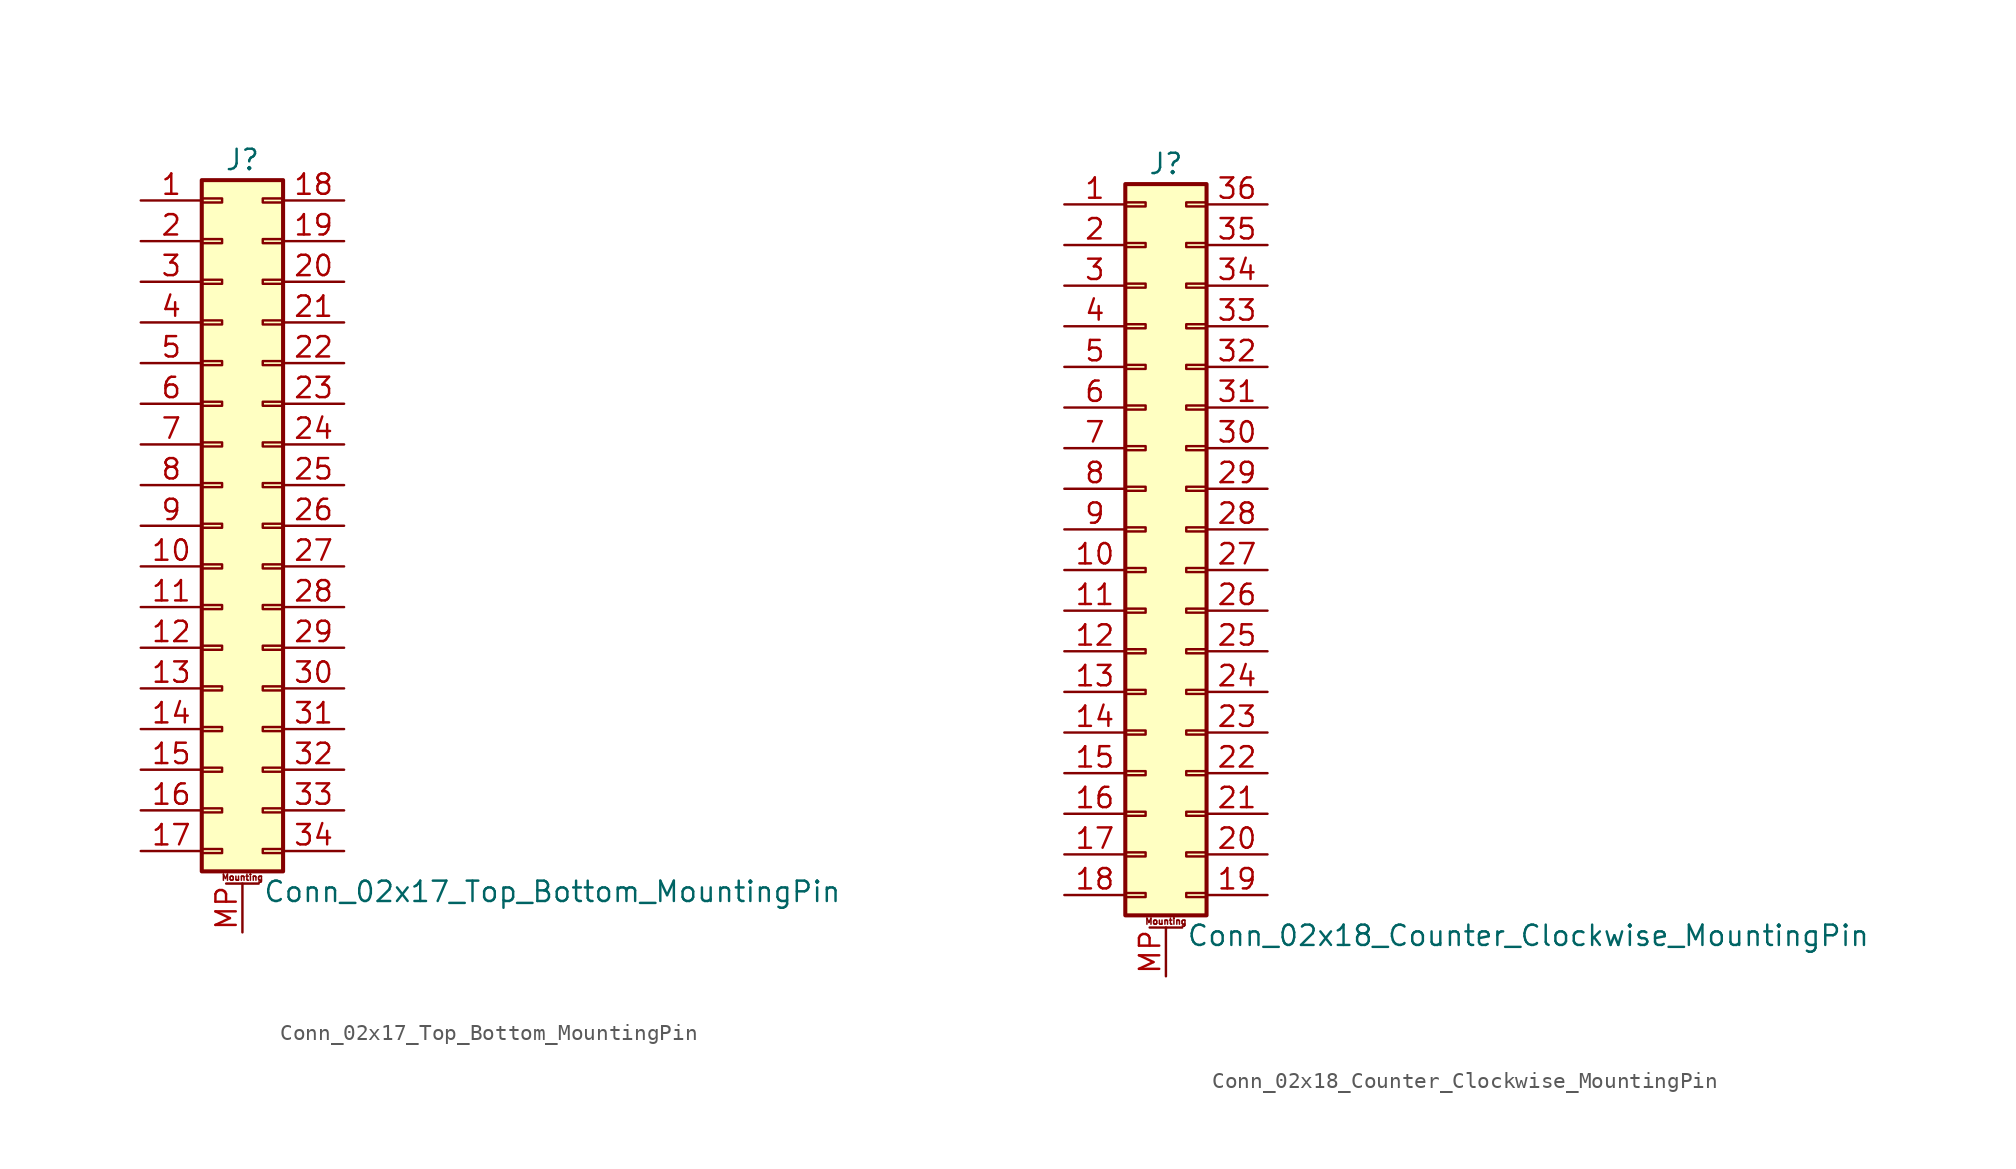
<source format=kicad_sym>
(kicad_symbol_lib
  (version 20201005)
  (generator kicad_symbol_editor)
  (symbol "Connector_Generic_MountingPin:Conn_02x17_Top_Bottom_MountingPin"
    (pin_names
      (offset 1.016) hide)
    (property "Reference" "J"
      (at 1.27 22.86 0)
      (effects (font (size 1.27 1.27))))
    (property "Value" "Conn_02x17_Top_Bottom_MountingPin"
      (at 2.54 -22.86 0)
      (effects (font (size 1.27 1.27)) (justify left)))
    (symbol "Conn_02x17_Top_Bottom_MountingPin_1_1"
      (text "Mounting" (at 1.27 -21.971 0) (effects (font (size 0.381 0.381))))
      (rectangle (start -1.27 -4.953) (end 0 -5.207) (stroke (width 0.152)) (fill (type none)))
      (rectangle (start -1.27 -7.493) (end 0 -7.747) (stroke (width 0.152)) (fill (type none)))
      (rectangle (start -1.27 -10.033) (end 0 -10.287) (stroke (width 0.152)) (fill (type none)))
      (rectangle (start -1.27 -12.573) (end 0 -12.827) (stroke (width 0.152)) (fill (type none)))
      (rectangle (start -1.27 -15.113) (end 0 -15.367) (stroke (width 0.152)) (fill (type none)))
      (rectangle (start -1.27 -17.653) (end 0 -17.907) (stroke (width 0.152)) (fill (type none)))
      (rectangle (start -1.27 -20.193) (end 0 -20.447) (stroke (width 0.152)) (fill (type none)))
      (rectangle (start -1.27 -2.413) (end 0 -2.667) (stroke (width 0.152)) (fill (type none)))
      (rectangle (start -1.27 2.667) (end 0 2.413) (stroke (width 0.152)) (fill (type none)))
      (rectangle (start -1.27 5.207) (end 0 4.953) (stroke (width 0.152)) (fill (type none)))
      (rectangle (start -1.27 7.747) (end 0 7.493) (stroke (width 0.152)) (fill (type none)))
      (rectangle (start -1.27 10.287) (end 0 10.033) (stroke (width 0.152)) (fill (type none)))
      (rectangle (start -1.27 0.127) (end 0 -0.127) (stroke (width 0.152)) (fill (type none)))
      (rectangle (start -1.27 12.827) (end 0 12.573) (stroke (width 0.152)) (fill (type none)))
      (rectangle (start -1.27 15.367) (end 0 15.113) (stroke (width 0.152)) (fill (type none)))
      (rectangle (start -1.27 17.907) (end 0 17.653) (stroke (width 0.152)) (fill (type none)))
      (rectangle (start -1.27 20.447) (end 0 20.193) (stroke (width 0.152)) (fill (type none)))
      (rectangle (start -1.27 21.59) (end 3.81 -21.59) (stroke (width 0.254)) (fill (type background)))
      (rectangle (start 3.81 -4.953) (end 2.54 -5.207) (stroke (width 0.152)) (fill (type none)))
      (rectangle (start 3.81 -7.493) (end 2.54 -7.747) (stroke (width 0.152)) (fill (type none)))
      (rectangle (start 3.81 -10.033) (end 2.54 -10.287) (stroke (width 0.152)) (fill (type none)))
      (rectangle (start 3.81 -12.573) (end 2.54 -12.827) (stroke (width 0.152)) (fill (type none)))
      (rectangle (start 3.81 -15.113) (end 2.54 -15.367) (stroke (width 0.152)) (fill (type none)))
      (rectangle (start 3.81 -17.653) (end 2.54 -17.907) (stroke (width 0.152)) (fill (type none)))
      (rectangle (start 3.81 -20.193) (end 2.54 -20.447) (stroke (width 0.152)) (fill (type none)))
      (rectangle (start 3.81 -2.413) (end 2.54 -2.667) (stroke (width 0.152)) (fill (type none)))
      (rectangle (start 3.81 2.667) (end 2.54 2.413) (stroke (width 0.152)) (fill (type none)))
      (rectangle (start 3.81 5.207) (end 2.54 4.953) (stroke (width 0.152)) (fill (type none)))
      (rectangle (start 3.81 7.747) (end 2.54 7.493) (stroke (width 0.152)) (fill (type none)))
      (rectangle (start 3.81 10.287) (end 2.54 10.033) (stroke (width 0.152)) (fill (type none)))
      (rectangle (start 3.81 0.127) (end 2.54 -0.127) (stroke (width 0.152)) (fill (type none)))
      (rectangle (start 3.81 12.827) (end 2.54 12.573) (stroke (width 0.152)) (fill (type none)))
      (rectangle (start 3.81 15.367) (end 2.54 15.113) (stroke (width 0.152)) (fill (type none)))
      (rectangle (start 3.81 17.907) (end 2.54 17.653) (stroke (width 0.152)) (fill (type none)))
      (rectangle (start 3.81 20.447) (end 2.54 20.193) (stroke (width 0.152)) (fill (type none)))
      (polyline (pts (xy 0.254 -22.352) (xy 2.286 -22.352)) (stroke (width 0.152)) (fill (type none)))
      (pin passive line (at 1.27 -25.4 90) (length 3.048) (name "MountPin" (effects (font (size 1.27 1.27)))) (number "MP" (effects (font (size 1.27 1.27)))))
      (pin passive line (at -5.08 20.32 0) (length 3.81) (name "Pin_1" (effects (font (size 1.27 1.27)))) (number "1" (effects (font (size 1.27 1.27)))))
      (pin passive line (at -5.08 -2.54 0) (length 3.81) (name "Pin_10" (effects (font (size 1.27 1.27)))) (number "10" (effects (font (size 1.27 1.27)))))
      (pin passive line (at -5.08 -5.08 0) (length 3.81) (name "Pin_11" (effects (font (size 1.27 1.27)))) (number "11" (effects (font (size 1.27 1.27)))))
      (pin passive line (at -5.08 -7.62 0) (length 3.81) (name "Pin_12" (effects (font (size 1.27 1.27)))) (number "12" (effects (font (size 1.27 1.27)))))
      (pin passive line (at -5.08 -10.16 0) (length 3.81) (name "Pin_13" (effects (font (size 1.27 1.27)))) (number "13" (effects (font (size 1.27 1.27)))))
      (pin passive line (at -5.08 -12.7 0) (length 3.81) (name "Pin_14" (effects (font (size 1.27 1.27)))) (number "14" (effects (font (size 1.27 1.27)))))
      (pin passive line (at -5.08 -15.24 0) (length 3.81) (name "Pin_15" (effects (font (size 1.27 1.27)))) (number "15" (effects (font (size 1.27 1.27)))))
      (pin passive line (at -5.08 -17.78 0) (length 3.81) (name "Pin_16" (effects (font (size 1.27 1.27)))) (number "16" (effects (font (size 1.27 1.27)))))
      (pin passive line (at -5.08 -20.32 0) (length 3.81) (name "Pin_17" (effects (font (size 1.27 1.27)))) (number "17" (effects (font (size 1.27 1.27)))))
      (pin passive line (at 7.62 20.32 180) (length 3.81) (name "Pin_18" (effects (font (size 1.27 1.27)))) (number "18" (effects (font (size 1.27 1.27)))))
      (pin passive line (at 7.62 17.78 180) (length 3.81) (name "Pin_19" (effects (font (size 1.27 1.27)))) (number "19" (effects (font (size 1.27 1.27)))))
      (pin passive line (at -5.08 17.78 0) (length 3.81) (name "Pin_2" (effects (font (size 1.27 1.27)))) (number "2" (effects (font (size 1.27 1.27)))))
      (pin passive line (at 7.62 15.24 180) (length 3.81) (name "Pin_20" (effects (font (size 1.27 1.27)))) (number "20" (effects (font (size 1.27 1.27)))))
      (pin passive line (at 7.62 12.7 180) (length 3.81) (name "Pin_21" (effects (font (size 1.27 1.27)))) (number "21" (effects (font (size 1.27 1.27)))))
      (pin passive line (at 7.62 10.16 180) (length 3.81) (name "Pin_22" (effects (font (size 1.27 1.27)))) (number "22" (effects (font (size 1.27 1.27)))))
      (pin passive line (at 7.62 7.62 180) (length 3.81) (name "Pin_23" (effects (font (size 1.27 1.27)))) (number "23" (effects (font (size 1.27 1.27)))))
      (pin passive line (at 7.62 5.08 180) (length 3.81) (name "Pin_24" (effects (font (size 1.27 1.27)))) (number "24" (effects (font (size 1.27 1.27)))))
      (pin passive line (at 7.62 2.54 180) (length 3.81) (name "Pin_25" (effects (font (size 1.27 1.27)))) (number "25" (effects (font (size 1.27 1.27)))))
      (pin passive line (at 7.62 0 180) (length 3.81) (name "Pin_26" (effects (font (size 1.27 1.27)))) (number "26" (effects (font (size 1.27 1.27)))))
      (pin passive line (at 7.62 -2.54 180) (length 3.81) (name "Pin_27" (effects (font (size 1.27 1.27)))) (number "27" (effects (font (size 1.27 1.27)))))
      (pin passive line (at 7.62 -5.08 180) (length 3.81) (name "Pin_28" (effects (font (size 1.27 1.27)))) (number "28" (effects (font (size 1.27 1.27)))))
      (pin passive line (at 7.62 -7.62 180) (length 3.81) (name "Pin_29" (effects (font (size 1.27 1.27)))) (number "29" (effects (font (size 1.27 1.27)))))
      (pin passive line (at -5.08 15.24 0) (length 3.81) (name "Pin_3" (effects (font (size 1.27 1.27)))) (number "3" (effects (font (size 1.27 1.27)))))
      (pin passive line (at 7.62 -10.16 180) (length 3.81) (name "Pin_30" (effects (font (size 1.27 1.27)))) (number "30" (effects (font (size 1.27 1.27)))))
      (pin passive line (at 7.62 -12.7 180) (length 3.81) (name "Pin_31" (effects (font (size 1.27 1.27)))) (number "31" (effects (font (size 1.27 1.27)))))
      (pin passive line (at 7.62 -15.24 180) (length 3.81) (name "Pin_32" (effects (font (size 1.27 1.27)))) (number "32" (effects (font (size 1.27 1.27)))))
      (pin passive line (at 7.62 -17.78 180) (length 3.81) (name "Pin_33" (effects (font (size 1.27 1.27)))) (number "33" (effects (font (size 1.27 1.27)))))
      (pin passive line (at 7.62 -20.32 180) (length 3.81) (name "Pin_34" (effects (font (size 1.27 1.27)))) (number "34" (effects (font (size 1.27 1.27)))))
      (pin passive line (at -5.08 12.7 0) (length 3.81) (name "Pin_4" (effects (font (size 1.27 1.27)))) (number "4" (effects (font (size 1.27 1.27)))))
      (pin passive line (at -5.08 10.16 0) (length 3.81) (name "Pin_5" (effects (font (size 1.27 1.27)))) (number "5" (effects (font (size 1.27 1.27)))))
      (pin passive line (at -5.08 7.62 0) (length 3.81) (name "Pin_6" (effects (font (size 1.27 1.27)))) (number "6" (effects (font (size 1.27 1.27)))))
      (pin passive line (at -5.08 5.08 0) (length 3.81) (name "Pin_7" (effects (font (size 1.27 1.27)))) (number "7" (effects (font (size 1.27 1.27)))))
      (pin passive line (at -5.08 2.54 0) (length 3.81) (name "Pin_8" (effects (font (size 1.27 1.27)))) (number "8" (effects (font (size 1.27 1.27)))))
      (pin passive line (at -5.08 0 0) (length 3.81) (name "Pin_9" (effects (font (size 1.27 1.27)))) (number "9" (effects (font (size 1.27 1.27)))))))
  (symbol "Connector_Generic_MountingPin:Conn_02x18_Counter_Clockwise_MountingPin"
    (pin_names
      (offset 1.016) hide)
    (property "Reference" "J"
      (at 1.27 22.86 0)
      (effects (font (size 1.27 1.27))))
    (property "Value" "Conn_02x18_Counter_Clockwise_MountingPin"
      (at 2.54 -25.4 0)
      (effects (font (size 1.27 1.27)) (justify left)))
    (symbol "Conn_02x18_Counter_Clockwise_MountingPin_1_1"
      (text "Mounting" (at 1.27 -24.511 0) (effects (font (size 0.381 0.381))))
      (rectangle (start -1.27 -4.953) (end 0 -5.207) (stroke (width 0.152)) (fill (type none)))
      (rectangle (start -1.27 -7.493) (end 0 -7.747) (stroke (width 0.152)) (fill (type none)))
      (rectangle (start -1.27 -10.033) (end 0 -10.287) (stroke (width 0.152)) (fill (type none)))
      (rectangle (start -1.27 -12.573) (end 0 -12.827) (stroke (width 0.152)) (fill (type none)))
      (rectangle (start -1.27 -15.113) (end 0 -15.367) (stroke (width 0.152)) (fill (type none)))
      (rectangle (start -1.27 -17.653) (end 0 -17.907) (stroke (width 0.152)) (fill (type none)))
      (rectangle (start -1.27 -20.193) (end 0 -20.447) (stroke (width 0.152)) (fill (type none)))
      (rectangle (start -1.27 -22.733) (end 0 -22.987) (stroke (width 0.152)) (fill (type none)))
      (rectangle (start -1.27 -2.413) (end 0 -2.667) (stroke (width 0.152)) (fill (type none)))
      (rectangle (start -1.27 2.667) (end 0 2.413) (stroke (width 0.152)) (fill (type none)))
      (rectangle (start -1.27 5.207) (end 0 4.953) (stroke (width 0.152)) (fill (type none)))
      (rectangle (start -1.27 7.747) (end 0 7.493) (stroke (width 0.152)) (fill (type none)))
      (rectangle (start -1.27 10.287) (end 0 10.033) (stroke (width 0.152)) (fill (type none)))
      (rectangle (start -1.27 0.127) (end 0 -0.127) (stroke (width 0.152)) (fill (type none)))
      (rectangle (start -1.27 12.827) (end 0 12.573) (stroke (width 0.152)) (fill (type none)))
      (rectangle (start -1.27 15.367) (end 0 15.113) (stroke (width 0.152)) (fill (type none)))
      (rectangle (start -1.27 17.907) (end 0 17.653) (stroke (width 0.152)) (fill (type none)))
      (rectangle (start -1.27 20.447) (end 0 20.193) (stroke (width 0.152)) (fill (type none)))
      (rectangle (start -1.27 21.59) (end 3.81 -24.13) (stroke (width 0.254)) (fill (type background)))
      (rectangle (start 3.81 -4.953) (end 2.54 -5.207) (stroke (width 0.152)) (fill (type none)))
      (rectangle (start 3.81 -7.493) (end 2.54 -7.747) (stroke (width 0.152)) (fill (type none)))
      (rectangle (start 3.81 -10.033) (end 2.54 -10.287) (stroke (width 0.152)) (fill (type none)))
      (rectangle (start 3.81 -12.573) (end 2.54 -12.827) (stroke (width 0.152)) (fill (type none)))
      (rectangle (start 3.81 -15.113) (end 2.54 -15.367) (stroke (width 0.152)) (fill (type none)))
      (rectangle (start 3.81 -17.653) (end 2.54 -17.907) (stroke (width 0.152)) (fill (type none)))
      (rectangle (start 3.81 -20.193) (end 2.54 -20.447) (stroke (width 0.152)) (fill (type none)))
      (rectangle (start 3.81 -22.733) (end 2.54 -22.987) (stroke (width 0.152)) (fill (type none)))
      (rectangle (start 3.81 -2.413) (end 2.54 -2.667) (stroke (width 0.152)) (fill (type none)))
      (rectangle (start 3.81 2.667) (end 2.54 2.413) (stroke (width 0.152)) (fill (type none)))
      (rectangle (start 3.81 5.207) (end 2.54 4.953) (stroke (width 0.152)) (fill (type none)))
      (rectangle (start 3.81 7.747) (end 2.54 7.493) (stroke (width 0.152)) (fill (type none)))
      (rectangle (start 3.81 10.287) (end 2.54 10.033) (stroke (width 0.152)) (fill (type none)))
      (rectangle (start 3.81 0.127) (end 2.54 -0.127) (stroke (width 0.152)) (fill (type none)))
      (rectangle (start 3.81 12.827) (end 2.54 12.573) (stroke (width 0.152)) (fill (type none)))
      (rectangle (start 3.81 15.367) (end 2.54 15.113) (stroke (width 0.152)) (fill (type none)))
      (rectangle (start 3.81 17.907) (end 2.54 17.653) (stroke (width 0.152)) (fill (type none)))
      (rectangle (start 3.81 20.447) (end 2.54 20.193) (stroke (width 0.152)) (fill (type none)))
      (polyline (pts (xy 0.254 -24.892) (xy 2.286 -24.892)) (stroke (width 0.152)) (fill (type none)))
      (pin passive line (at 1.27 -27.94 90) (length 3.048) (name "MountPin" (effects (font (size 1.27 1.27)))) (number "MP" (effects (font (size 1.27 1.27)))))
      (pin passive line (at -5.08 20.32 0) (length 3.81) (name "Pin_1" (effects (font (size 1.27 1.27)))) (number "1" (effects (font (size 1.27 1.27)))))
      (pin passive line (at -5.08 -2.54 0) (length 3.81) (name "Pin_10" (effects (font (size 1.27 1.27)))) (number "10" (effects (font (size 1.27 1.27)))))
      (pin passive line (at -5.08 -5.08 0) (length 3.81) (name "Pin_11" (effects (font (size 1.27 1.27)))) (number "11" (effects (font (size 1.27 1.27)))))
      (pin passive line (at -5.08 -7.62 0) (length 3.81) (name "Pin_12" (effects (font (size 1.27 1.27)))) (number "12" (effects (font (size 1.27 1.27)))))
      (pin passive line (at -5.08 -10.16 0) (length 3.81) (name "Pin_13" (effects (font (size 1.27 1.27)))) (number "13" (effects (font (size 1.27 1.27)))))
      (pin passive line (at -5.08 -12.7 0) (length 3.81) (name "Pin_14" (effects (font (size 1.27 1.27)))) (number "14" (effects (font (size 1.27 1.27)))))
      (pin passive line (at -5.08 -15.24 0) (length 3.81) (name "Pin_15" (effects (font (size 1.27 1.27)))) (number "15" (effects (font (size 1.27 1.27)))))
      (pin passive line (at -5.08 -17.78 0) (length 3.81) (name "Pin_16" (effects (font (size 1.27 1.27)))) (number "16" (effects (font (size 1.27 1.27)))))
      (pin passive line (at -5.08 -20.32 0) (length 3.81) (name "Pin_17" (effects (font (size 1.27 1.27)))) (number "17" (effects (font (size 1.27 1.27)))))
      (pin passive line (at -5.08 -22.86 0) (length 3.81) (name "Pin_18" (effects (font (size 1.27 1.27)))) (number "18" (effects (font (size 1.27 1.27)))))
      (pin passive line (at 7.62 -22.86 180) (length 3.81) (name "Pin_19" (effects (font (size 1.27 1.27)))) (number "19" (effects (font (size 1.27 1.27)))))
      (pin passive line (at -5.08 17.78 0) (length 3.81) (name "Pin_2" (effects (font (size 1.27 1.27)))) (number "2" (effects (font (size 1.27 1.27)))))
      (pin passive line (at 7.62 -20.32 180) (length 3.81) (name "Pin_20" (effects (font (size 1.27 1.27)))) (number "20" (effects (font (size 1.27 1.27)))))
      (pin passive line (at 7.62 -17.78 180) (length 3.81) (name "Pin_21" (effects (font (size 1.27 1.27)))) (number "21" (effects (font (size 1.27 1.27)))))
      (pin passive line (at 7.62 -15.24 180) (length 3.81) (name "Pin_22" (effects (font (size 1.27 1.27)))) (number "22" (effects (font (size 1.27 1.27)))))
      (pin passive line (at 7.62 -12.7 180) (length 3.81) (name "Pin_23" (effects (font (size 1.27 1.27)))) (number "23" (effects (font (size 1.27 1.27)))))
      (pin passive line (at 7.62 -10.16 180) (length 3.81) (name "Pin_24" (effects (font (size 1.27 1.27)))) (number "24" (effects (font (size 1.27 1.27)))))
      (pin passive line (at 7.62 -7.62 180) (length 3.81) (name "Pin_25" (effects (font (size 1.27 1.27)))) (number "25" (effects (font (size 1.27 1.27)))))
      (pin passive line (at 7.62 -5.08 180) (length 3.81) (name "Pin_26" (effects (font (size 1.27 1.27)))) (number "26" (effects (font (size 1.27 1.27)))))
      (pin passive line (at 7.62 -2.54 180) (length 3.81) (name "Pin_27" (effects (font (size 1.27 1.27)))) (number "27" (effects (font (size 1.27 1.27)))))
      (pin passive line (at 7.62 0 180) (length 3.81) (name "Pin_28" (effects (font (size 1.27 1.27)))) (number "28" (effects (font (size 1.27 1.27)))))
      (pin passive line (at 7.62 2.54 180) (length 3.81) (name "Pin_29" (effects (font (size 1.27 1.27)))) (number "29" (effects (font (size 1.27 1.27)))))
      (pin passive line (at -5.08 15.24 0) (length 3.81) (name "Pin_3" (effects (font (size 1.27 1.27)))) (number "3" (effects (font (size 1.27 1.27)))))
      (pin passive line (at 7.62 5.08 180) (length 3.81) (name "Pin_30" (effects (font (size 1.27 1.27)))) (number "30" (effects (font (size 1.27 1.27)))))
      (pin passive line (at 7.62 7.62 180) (length 3.81) (name "Pin_31" (effects (font (size 1.27 1.27)))) (number "31" (effects (font (size 1.27 1.27)))))
      (pin passive line (at 7.62 10.16 180) (length 3.81) (name "Pin_32" (effects (font (size 1.27 1.27)))) (number "32" (effects (font (size 1.27 1.27)))))
      (pin passive line (at 7.62 12.7 180) (length 3.81) (name "Pin_33" (effects (font (size 1.27 1.27)))) (number "33" (effects (font (size 1.27 1.27)))))
      (pin passive line (at 7.62 15.24 180) (length 3.81) (name "Pin_34" (effects (font (size 1.27 1.27)))) (number "34" (effects (font (size 1.27 1.27)))))
      (pin passive line (at 7.62 17.78 180) (length 3.81) (name "Pin_35" (effects (font (size 1.27 1.27)))) (number "35" (effects (font (size 1.27 1.27)))))
      (pin passive line (at 7.62 20.32 180) (length 3.81) (name "Pin_36" (effects (font (size 1.27 1.27)))) (number "36" (effects (font (size 1.27 1.27)))))
      (pin passive line (at -5.08 12.7 0) (length 3.81) (name "Pin_4" (effects (font (size 1.27 1.27)))) (number "4" (effects (font (size 1.27 1.27)))))
      (pin passive line (at -5.08 10.16 0) (length 3.81) (name "Pin_5" (effects (font (size 1.27 1.27)))) (number "5" (effects (font (size 1.27 1.27)))))
      (pin passive line (at -5.08 7.62 0) (length 3.81) (name "Pin_6" (effects (font (size 1.27 1.27)))) (number "6" (effects (font (size 1.27 1.27)))))
      (pin passive line (at -5.08 5.08 0) (length 3.81) (name "Pin_7" (effects (font (size 1.27 1.27)))) (number "7" (effects (font (size 1.27 1.27)))))
      (pin passive line (at -5.08 2.54 0) (length 3.81) (name "Pin_8" (effects (font (size 1.27 1.27)))) (number "8" (effects (font (size 1.27 1.27)))))
      (pin passive line (at -5.08 0 0) (length 3.81) (name "Pin_9" (effects (font (size 1.27 1.27)))) (number "9" (effects (font (size 1.27 1.27))))))))
</source>
